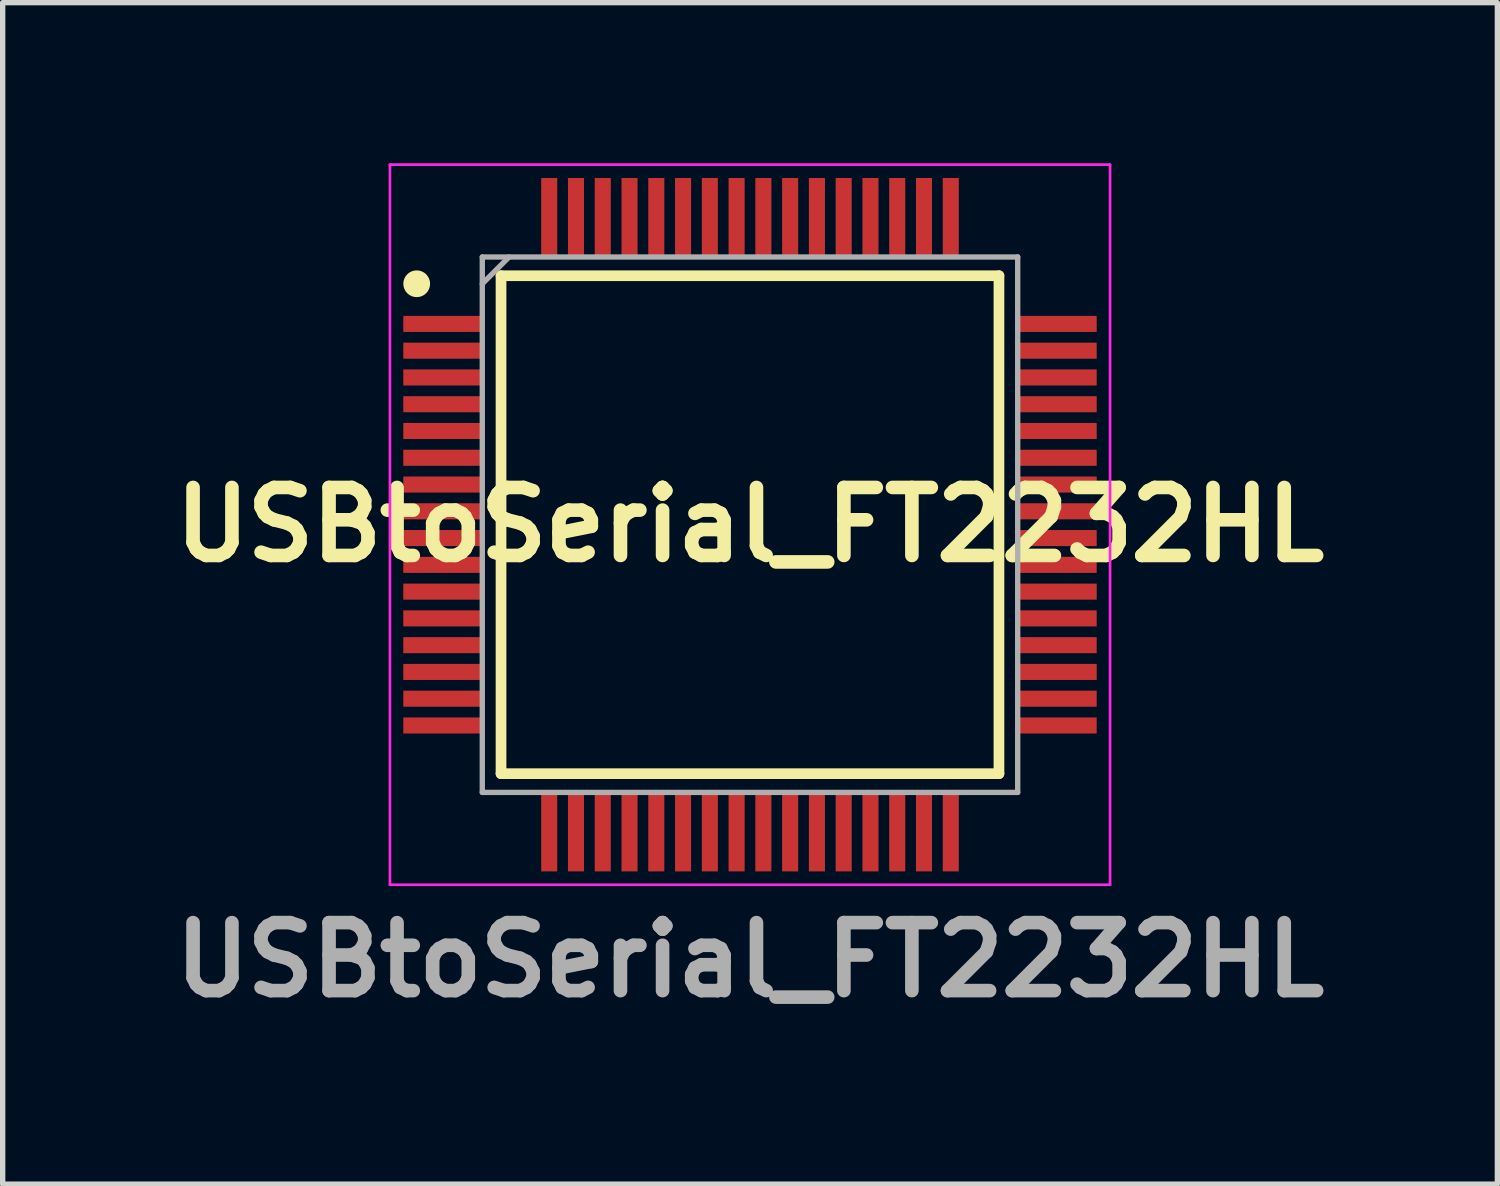
<source format=kicad_pcb>
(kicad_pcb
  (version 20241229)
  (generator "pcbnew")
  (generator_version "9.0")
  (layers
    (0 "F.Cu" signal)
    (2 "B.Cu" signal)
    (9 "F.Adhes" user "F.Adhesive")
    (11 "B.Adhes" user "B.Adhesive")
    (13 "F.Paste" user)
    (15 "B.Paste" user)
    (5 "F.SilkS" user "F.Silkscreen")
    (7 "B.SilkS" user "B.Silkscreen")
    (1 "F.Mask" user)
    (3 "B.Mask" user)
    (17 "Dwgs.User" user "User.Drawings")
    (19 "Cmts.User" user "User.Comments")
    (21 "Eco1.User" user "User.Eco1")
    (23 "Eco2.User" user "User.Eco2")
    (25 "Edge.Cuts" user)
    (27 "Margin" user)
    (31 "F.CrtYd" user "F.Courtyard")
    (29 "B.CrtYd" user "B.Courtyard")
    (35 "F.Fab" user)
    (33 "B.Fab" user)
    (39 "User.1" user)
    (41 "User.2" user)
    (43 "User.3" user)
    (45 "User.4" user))
  (footprint "USBtoSerial_FT2232HL"
    (layer "F.Cu")
    (at 10.958 6.75)
    (property "Reference" "USBtoSerial_FT2232HL" (at 0 0 0) (layer "F.SilkS") (effects (font (size 1.27 1.27) (thickness 0.254))))
    (attr smd)
    (fp_line (start -4.65 -4.65) (end 4.65 -4.65) (stroke (width 0.2) (type solid)) (layer "F.SilkS"))
    (fp_line (start -4.65 4.65) (end -4.65 -4.65) (stroke (width 0.2) (type solid)) (layer "F.SilkS"))
    (fp_line (start 4.65 -4.65) (end 4.65 4.65) (stroke (width 0.2) (type solid)) (layer "F.SilkS"))
    (fp_line (start 4.65 4.65) (end -4.65 4.65) (stroke (width 0.2) (type solid)) (layer "F.SilkS"))
    (fp_circle (center -6.225 -4.5) (end -6.225 -4.375) (stroke (width 0.25) (type solid)) (fill no) (layer "F.SilkS"))
    (fp_line (start -6.725 -6.725) (end 6.725 -6.725) (stroke (width 0.05) (type solid)) (layer "F.CrtYd"))
    (fp_line (start -6.725 6.725) (end -6.725 -6.725) (stroke (width 0.05) (type solid)) (layer "F.CrtYd"))
    (fp_line (start 6.725 -6.725) (end 6.725 6.725) (stroke (width 0.05) (type solid)) (layer "F.CrtYd"))
    (fp_line (start 6.725 6.725) (end -6.725 6.725) (stroke (width 0.05) (type solid)) (layer "F.CrtYd"))
    (fp_line (start -5 -5) (end 5 -5) (stroke (width 0.1) (type solid)) (layer "F.Fab"))
    (fp_line (start -5 -4.5) (end -4.5 -5) (stroke (width 0.1) (type solid)) (layer "F.Fab"))
    (fp_line (start -5 5) (end -5 -5) (stroke (width 0.1) (type solid)) (layer "F.Fab"))
    (fp_line (start 5 -5) (end 5 5) (stroke (width 0.1) (type solid)) (layer "F.Fab"))
    (fp_line (start 5 5) (end -5 5) (stroke (width 0.1) (type solid)) (layer "F.Fab"))
    (fp_text user "${REFERENCE}" (at 0 8.128 0) (layer "F.Fab") (effects (font (size 1.27 1.27) (thickness 0.254))))
    (pad "1" smd rect (at -5.738 -3.75 90) (size 0.3 1.475) (layers "F.Cu" "F.Mask" "F.Paste"))
    (pad "2" smd rect (at -5.738 -3.25 90) (size 0.3 1.475) (layers "F.Cu" "F.Mask" "F.Paste"))
    (pad "3" smd rect (at -5.738 -2.75 90) (size 0.3 1.475) (layers "F.Cu" "F.Mask" "F.Paste"))
    (pad "4" smd rect (at -5.738 -2.25 90) (size 0.3 1.475) (layers "F.Cu" "F.Mask" "F.Paste"))
    (pad "5" smd rect (at -5.738 -1.75 90) (size 0.3 1.475) (layers "F.Cu" "F.Mask" "F.Paste"))
    (pad "6" smd rect (at -5.738 -1.25 90) (size 0.3 1.475) (layers "F.Cu" "F.Mask" "F.Paste"))
    (pad "7" smd rect (at -5.738 -0.75 90) (size 0.3 1.475) (layers "F.Cu" "F.Mask" "F.Paste"))
    (pad "8" smd rect (at -5.738 -0.25 90) (size 0.3 1.475) (layers "F.Cu" "F.Mask" "F.Paste"))
    (pad "9" smd rect (at -5.738 0.25 90) (size 0.3 1.475) (layers "F.Cu" "F.Mask" "F.Paste"))
    (pad "10" smd rect (at -5.738 0.75 90) (size 0.3 1.475) (layers "F.Cu" "F.Mask" "F.Paste"))
    (pad "11" smd rect (at -5.738 1.25 90) (size 0.3 1.475) (layers "F.Cu" "F.Mask" "F.Paste"))
    (pad "12" smd rect (at -5.738 1.75 90) (size 0.3 1.475) (layers "F.Cu" "F.Mask" "F.Paste"))
    (pad "13" smd rect (at -5.738 2.25 90) (size 0.3 1.475) (layers "F.Cu" "F.Mask" "F.Paste"))
    (pad "14" smd rect (at -5.738 2.75 90) (size 0.3 1.475) (layers "F.Cu" "F.Mask" "F.Paste"))
    (pad "15" smd rect (at -5.738 3.25 90) (size 0.3 1.475) (layers "F.Cu" "F.Mask" "F.Paste"))
    (pad "16" smd rect (at -5.738 3.75 90) (size 0.3 1.475) (layers "F.Cu" "F.Mask" "F.Paste"))
    (pad "17" smd rect (at -3.75 5.738) (size 0.3 1.475) (layers "F.Cu" "F.Mask" "F.Paste"))
    (pad "18" smd rect (at -3.25 5.738) (size 0.3 1.475) (layers "F.Cu" "F.Mask" "F.Paste"))
    (pad "19" smd rect (at -2.75 5.738) (size 0.3 1.475) (layers "F.Cu" "F.Mask" "F.Paste"))
    (pad "20" smd rect (at -2.25 5.738) (size 0.3 1.475) (layers "F.Cu" "F.Mask" "F.Paste"))
    (pad "21" smd rect (at -1.75 5.738) (size 0.3 1.475) (layers "F.Cu" "F.Mask" "F.Paste"))
    (pad "22" smd rect (at -1.25 5.738) (size 0.3 1.475) (layers "F.Cu" "F.Mask" "F.Paste"))
    (pad "23" smd rect (at -0.75 5.738) (size 0.3 1.475) (layers "F.Cu" "F.Mask" "F.Paste"))
    (pad "24" smd rect (at -0.25 5.738) (size 0.3 1.475) (layers "F.Cu" "F.Mask" "F.Paste"))
    (pad "25" smd rect (at 0.25 5.738) (size 0.3 1.475) (layers "F.Cu" "F.Mask" "F.Paste"))
    (pad "26" smd rect (at 0.75 5.738) (size 0.3 1.475) (layers "F.Cu" "F.Mask" "F.Paste"))
    (pad "27" smd rect (at 1.25 5.738) (size 0.3 1.475) (layers "F.Cu" "F.Mask" "F.Paste"))
    (pad "28" smd rect (at 1.75 5.738) (size 0.3 1.475) (layers "F.Cu" "F.Mask" "F.Paste"))
    (pad "29" smd rect (at 2.25 5.738) (size 0.3 1.475) (layers "F.Cu" "F.Mask" "F.Paste"))
    (pad "30" smd rect (at 2.75 5.738) (size 0.3 1.475) (layers "F.Cu" "F.Mask" "F.Paste"))
    (pad "31" smd rect (at 3.25 5.738) (size 0.3 1.475) (layers "F.Cu" "F.Mask" "F.Paste"))
    (pad "32" smd rect (at 3.75 5.738) (size 0.3 1.475) (layers "F.Cu" "F.Mask" "F.Paste"))
    (pad "33" smd rect (at 5.738 3.75 90) (size 0.3 1.475) (layers "F.Cu" "F.Mask" "F.Paste"))
    (pad "34" smd rect (at 5.738 3.25 90) (size 0.3 1.475) (layers "F.Cu" "F.Mask" "F.Paste"))
    (pad "35" smd rect (at 5.738 2.75 90) (size 0.3 1.475) (layers "F.Cu" "F.Mask" "F.Paste"))
    (pad "36" smd rect (at 5.738 2.25 90) (size 0.3 1.475) (layers "F.Cu" "F.Mask" "F.Paste"))
    (pad "37" smd rect (at 5.738 1.75 90) (size 0.3 1.475) (layers "F.Cu" "F.Mask" "F.Paste"))
    (pad "38" smd rect (at 5.738 1.25 90) (size 0.3 1.475) (layers "F.Cu" "F.Mask" "F.Paste"))
    (pad "39" smd rect (at 5.738 0.75 90) (size 0.3 1.475) (layers "F.Cu" "F.Mask" "F.Paste"))
    (pad "40" smd rect (at 5.738 0.25 90) (size 0.3 1.475) (layers "F.Cu" "F.Mask" "F.Paste"))
    (pad "41" smd rect (at 5.738 -0.25 90) (size 0.3 1.475) (layers "F.Cu" "F.Mask" "F.Paste"))
    (pad "42" smd rect (at 5.738 -0.75 90) (size 0.3 1.475) (layers "F.Cu" "F.Mask" "F.Paste"))
    (pad "43" smd rect (at 5.738 -1.25 90) (size 0.3 1.475) (layers "F.Cu" "F.Mask" "F.Paste"))
    (pad "44" smd rect (at 5.738 -1.75 90) (size 0.3 1.475) (layers "F.Cu" "F.Mask" "F.Paste"))
    (pad "45" smd rect (at 5.738 -2.25 90) (size 0.3 1.475) (layers "F.Cu" "F.Mask" "F.Paste"))
    (pad "46" smd rect (at 5.738 -2.75 90) (size 0.3 1.475) (layers "F.Cu" "F.Mask" "F.Paste"))
    (pad "47" smd rect (at 5.738 -3.25 90) (size 0.3 1.475) (layers "F.Cu" "F.Mask" "F.Paste"))
    (pad "48" smd rect (at 5.738 -3.75 90) (size 0.3 1.475) (layers "F.Cu" "F.Mask" "F.Paste"))
    (pad "49" smd rect (at 3.75 -5.738) (size 0.3 1.475) (layers "F.Cu" "F.Mask" "F.Paste"))
    (pad "50" smd rect (at 3.25 -5.738) (size 0.3 1.475) (layers "F.Cu" "F.Mask" "F.Paste"))
    (pad "51" smd rect (at 2.75 -5.738) (size 0.3 1.475) (layers "F.Cu" "F.Mask" "F.Paste"))
    (pad "52" smd rect (at 2.25 -5.738) (size 0.3 1.475) (layers "F.Cu" "F.Mask" "F.Paste"))
    (pad "53" smd rect (at 1.75 -5.738) (size 0.3 1.475) (layers "F.Cu" "F.Mask" "F.Paste"))
    (pad "54" smd rect (at 1.25 -5.738) (size 0.3 1.475) (layers "F.Cu" "F.Mask" "F.Paste"))
    (pad "55" smd rect (at 0.75 -5.738) (size 0.3 1.475) (layers "F.Cu" "F.Mask" "F.Paste"))
    (pad "56" smd rect (at 0.25 -5.738) (size 0.3 1.475) (layers "F.Cu" "F.Mask" "F.Paste"))
    (pad "57" smd rect (at -0.25 -5.738) (size 0.3 1.475) (layers "F.Cu" "F.Mask" "F.Paste"))
    (pad "58" smd rect (at -0.75 -5.738) (size 0.3 1.475) (layers "F.Cu" "F.Mask" "F.Paste"))
    (pad "59" smd rect (at -1.25 -5.738) (size 0.3 1.475) (layers "F.Cu" "F.Mask" "F.Paste"))
    (pad "60" smd rect (at -1.75 -5.738) (size 0.3 1.475) (layers "F.Cu" "F.Mask" "F.Paste"))
    (pad "61" smd rect (at -2.25 -5.738) (size 0.3 1.475) (layers "F.Cu" "F.Mask" "F.Paste"))
    (pad "62" smd rect (at -2.75 -5.738) (size 0.3 1.475) (layers "F.Cu" "F.Mask" "F.Paste"))
    (pad "63" smd rect (at -3.25 -5.738) (size 0.3 1.475) (layers "F.Cu" "F.Mask" "F.Paste"))
    (pad "64" smd rect (at -3.75 -5.738) (size 0.3 1.475) (layers "F.Cu" "F.Mask" "F.Paste")))
  (gr_rect
    (start -3 -3)
    (end 24.917 19.067)
    (stroke (width 0.1) (type default))
    (fill no)
    (layer "Edge.Cuts")))
</source>
